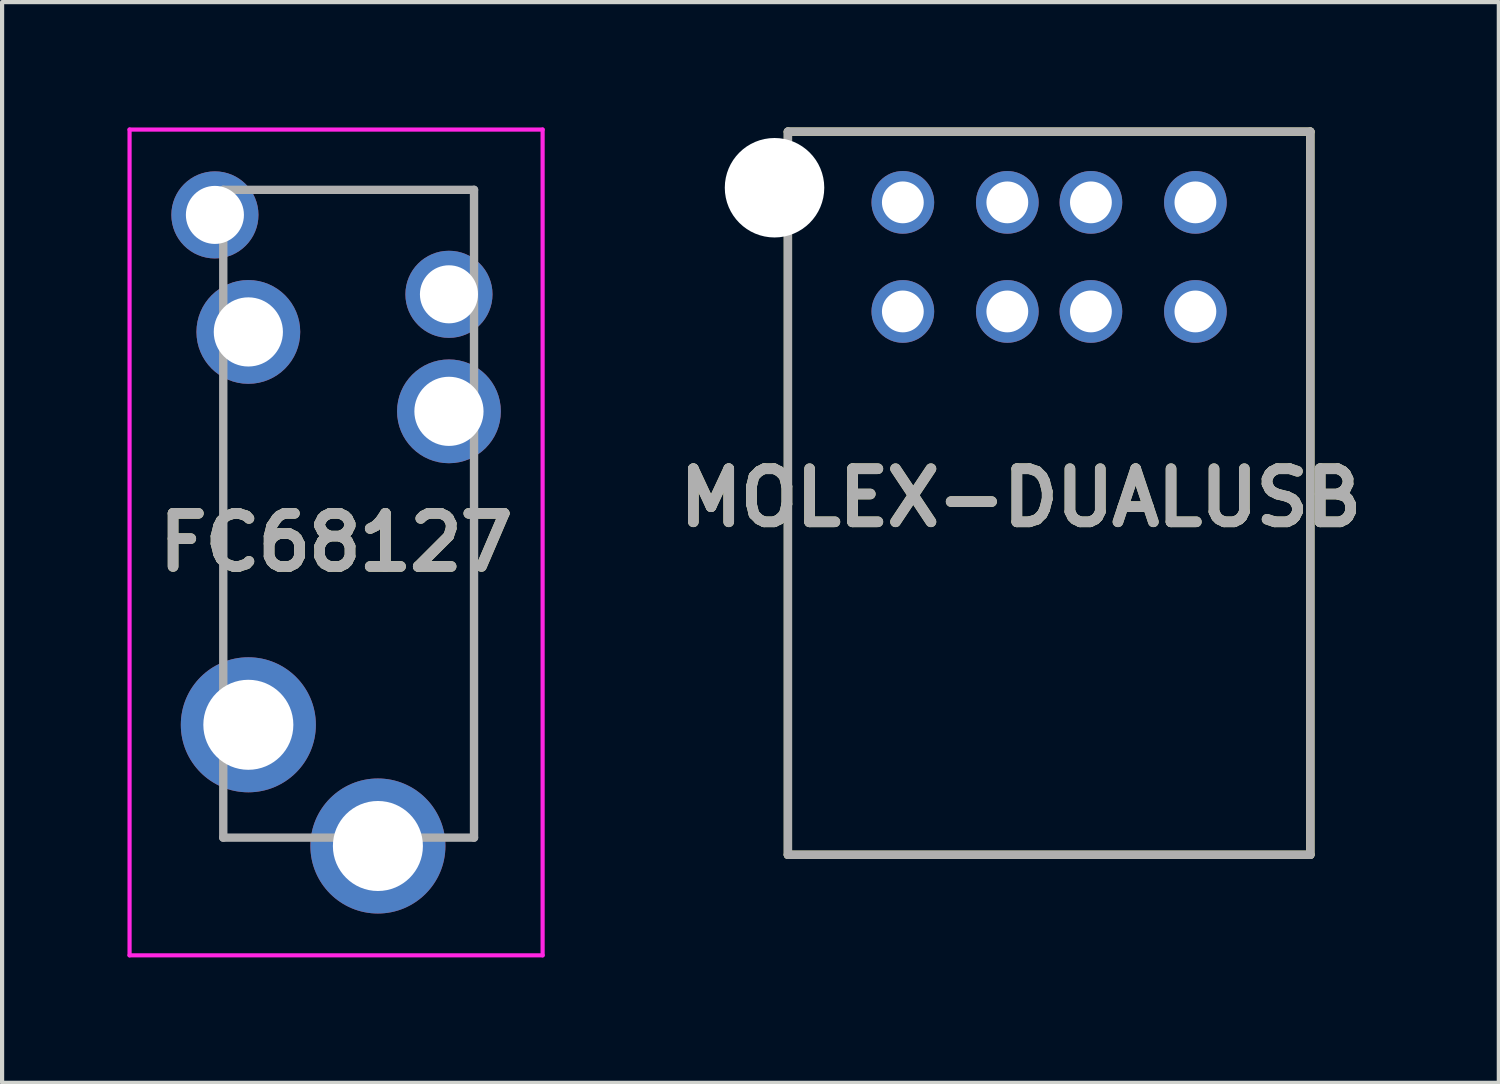
<source format=kicad_pcb>
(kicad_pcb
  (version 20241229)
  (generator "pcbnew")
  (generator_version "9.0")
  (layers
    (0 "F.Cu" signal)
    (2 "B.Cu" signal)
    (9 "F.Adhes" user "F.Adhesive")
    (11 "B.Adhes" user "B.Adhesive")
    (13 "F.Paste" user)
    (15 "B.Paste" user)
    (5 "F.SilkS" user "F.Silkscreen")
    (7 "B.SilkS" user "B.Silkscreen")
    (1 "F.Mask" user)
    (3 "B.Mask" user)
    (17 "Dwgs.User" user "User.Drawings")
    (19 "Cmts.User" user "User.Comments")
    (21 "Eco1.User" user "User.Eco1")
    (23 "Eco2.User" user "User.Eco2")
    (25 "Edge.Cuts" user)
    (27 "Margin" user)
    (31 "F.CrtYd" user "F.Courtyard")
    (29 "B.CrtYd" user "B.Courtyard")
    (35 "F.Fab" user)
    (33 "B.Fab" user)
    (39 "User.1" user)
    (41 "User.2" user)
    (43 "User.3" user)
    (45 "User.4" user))
  (footprint "FC68127"
    (layer "F.Cu")
    (at 2.092 2.092)
    (property "Reference" "FC68127" (at 2.9 7.837 0) (layer "F.SilkS") (effects (font (size 1.27 1.27) (thickness 0.254))))
    (attr through_hole)
    (fp_line (start 0.2 4.2) (end 0.2 10.4) (stroke (width 0.1) (type solid)) (layer "F.SilkS"))
    (fp_line (start 0.2 14) (end 0.2 14.9) (stroke (width 0.1) (type solid)) (layer "F.SilkS"))
    (fp_line (start 0.2 14.9) (end 2 14.9) (stroke (width 0.1) (type solid)) (layer "F.SilkS"))
    (fp_line (start 5.74 14.9) (end 6.2 14.9) (stroke (width 0.1) (type solid)) (layer "F.SilkS"))
    (fp_line (start 6.2 -0.6) (end 1.1 -0.6) (stroke (width 0.1) (type solid)) (layer "F.SilkS"))
    (fp_line (start 6.2 0.8) (end 6.2 -0.6) (stroke (width 0.1) (type solid)) (layer "F.SilkS"))
    (fp_line (start 6.2 14.9) (end 6.2 6.1) (stroke (width 0.1) (type solid)) (layer "F.SilkS"))
    (fp_line (start -2.042 -2.042) (end -2.042 17.716) (stroke (width 0.1) (type solid)) (layer "F.CrtYd"))
    (fp_line (start -2.042 17.716) (end 7.841 17.716) (stroke (width 0.1) (type solid)) (layer "F.CrtYd"))
    (fp_line (start 7.841 -2.042) (end -2.042 -2.042) (stroke (width 0.1) (type solid)) (layer "F.CrtYd"))
    (fp_line (start 7.841 17.716) (end 7.841 -2.042) (stroke (width 0.1) (type solid)) (layer "F.CrtYd"))
    (fp_line (start 0.2 -0.6) (end 0.2 14.9) (stroke (width 0.2) (type solid)) (layer "F.Fab"))
    (fp_line (start 0.2 14.9) (end 6.2 14.9) (stroke (width 0.2) (type solid)) (layer "F.Fab"))
    (fp_line (start 6.2 -0.6) (end 0.2 -0.6) (stroke (width 0.2) (type solid)) (layer "F.Fab"))
    (fp_line (start 6.2 14.9) (end 6.2 -0.6) (stroke (width 0.2) (type solid)) (layer "F.Fab"))
    (fp_text user "${REFERENCE}" (at 2.9 7.837 0) (layer "F.Fab") (effects (font (size 1.27 1.27) (thickness 0.254))))
    (pad "" np_thru_hole circle (at 3.2 3.9) (size 0.001 0.001) (drill 1.7) (layers "*.Cu" "*.Mask"))
    (pad "" np_thru_hole circle (at 3.2 10.9) (size 0.001 0.001) (drill 1.7) (layers "*.Cu" "*.Mask"))
    (pad "1" thru_hole circle (at 0 0) (size 2.084 2.084) (drill 1.389) (layers "*.Cu" "*.Mask"))
    (pad "2" thru_hole circle (at 5.6 4.7) (size 2.483 2.483) (drill 1.655) (layers "*.Cu" "*.Mask"))
    (pad "3" thru_hole circle (at 0.8 12.2) (size 3.231 3.231) (drill 2.154) (layers "*.Cu" "*.Mask"))
    (pad "4" thru_hole circle (at 5.6 1.9) (size 2.084 2.084) (drill 1.389) (layers "*.Cu" "*.Mask"))
    (pad "5" thru_hole circle (at 3.9 15.1) (size 3.231 3.231) (drill 2.154) (layers "*.Cu" "*.Mask"))
    (pad "6" thru_hole circle (at 0.8 2.8) (size 2.483 2.483) (drill 1.655) (layers "*.Cu" "*.Mask")))
  (footprint "MOLEX-DUALUSB"
    (layer "F.Cu")
    (at 22.052 4.402)
    (property "Reference" "MOLEX-DUALUSB" (at -0.681 4.459 0) (layer "F.SilkS") (effects (font (size 1.27 1.27) (thickness 0.254))))
    (attr through_hole)
    (fp_line (start -6.25 -4.302) (end 6.25 -4.302) (stroke (width 0.2) (type solid)) (layer "F.SilkS"))
    (fp_line (start -6.25 13) (end -6.25 -4.302) (stroke (width 0.2) (type solid)) (layer "F.SilkS"))
    (fp_line (start 6.25 -4.302) (end 6.25 13) (stroke (width 0.2) (type solid)) (layer "F.SilkS"))
    (fp_line (start 6.25 13) (end -6.25 13) (stroke (width 0.2) (type solid)) (layer "F.SilkS"))
    (fp_line (start -6.25 -4.302) (end 6.25 -4.302) (stroke (width 0.2) (type solid)) (layer "F.Fab"))
    (fp_line (start -6.25 13) (end -6.25 -4.302) (stroke (width 0.2) (type solid)) (layer "F.Fab"))
    (fp_line (start 6.25 -4.302) (end 6.25 13) (stroke (width 0.2) (type solid)) (layer "F.Fab"))
    (fp_line (start 6.25 13) (end -6.25 13) (stroke (width 0.2) (type solid)) (layer "F.Fab"))
    (fp_text user "${REFERENCE}" (at -0.681 4.459 0) (layer "F.Fab") (effects (font (size 1.27 1.27) (thickness 0.254))))
    (pad "" np_thru_hole circle (at -6.57 -2.96) (size 2.38 2.38) (drill 2.38) (layers "*.Cu" "*.Mask"))
    (pad "" np_thru_hole circle (at -6.57 2.72) (size 0.001 0.001) (drill 2.38) (layers "*.Cu" "*.Mask"))
    (pad "" np_thru_hole circle (at 6.57 -2.96) (size 0.001 0.001) (drill 2.38) (layers "*.Cu" "*.Mask"))
    (pad "" np_thru_hole circle (at 6.57 2.72) (size 0.001 0.001) (drill 2.38) (layers "*.Cu" "*.Mask"))
    (pad "1" thru_hole circle (at -3.5 0) (size 1.5 1.5) (drill 1) (layers "*.Cu" "*.Mask"))
    (pad "2" thru_hole circle (at -1 0) (size 1.5 1.5) (drill 1) (layers "*.Cu" "*.Mask"))
    (pad "3" thru_hole circle (at 1 0) (size 1.5 1.5) (drill 1) (layers "*.Cu" "*.Mask"))
    (pad "4" thru_hole circle (at 3.5 0) (size 1.5 1.5) (drill 1) (layers "*.Cu" "*.Mask"))
    (pad "5" thru_hole circle (at -3.5 -2.61) (size 1.5 1.5) (drill 1) (layers "*.Cu" "*.Mask"))
    (pad "6" thru_hole circle (at -1 -2.61) (size 1.5 1.5) (drill 1) (layers "*.Cu" "*.Mask"))
    (pad "7" thru_hole circle (at 1 -2.61) (size 1.5 1.5) (drill 1) (layers "*.Cu" "*.Mask"))
    (pad "8" thru_hole circle (at 3.5 -2.61) (size 1.5 1.5) (drill 1) (layers "*.Cu" "*.Mask")))
  (gr_rect
    (start -3 -3)
    (end 32.812 22.858)
    (stroke (width 0.1) (type default))
    (fill no)
    (layer "Edge.Cuts")))
</source>
